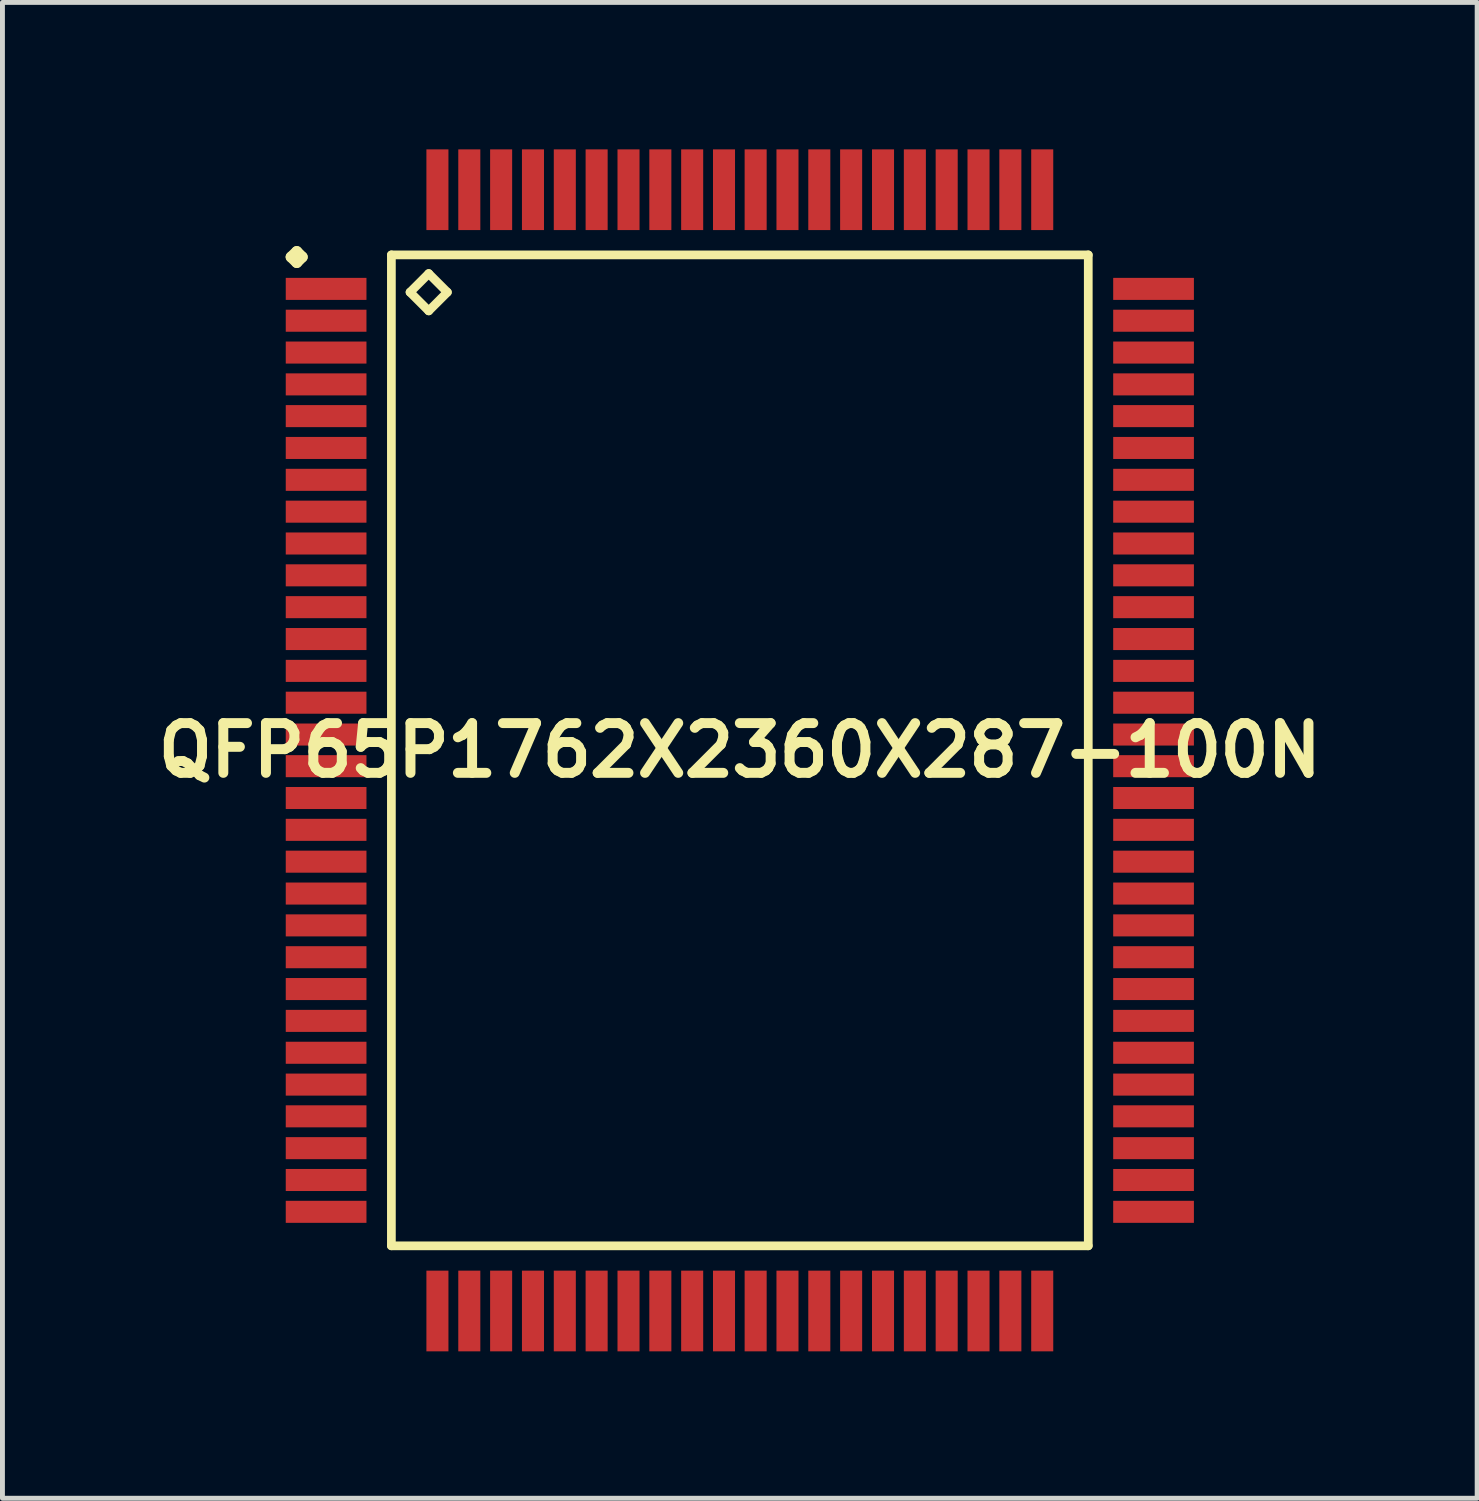
<source format=kicad_pcb>
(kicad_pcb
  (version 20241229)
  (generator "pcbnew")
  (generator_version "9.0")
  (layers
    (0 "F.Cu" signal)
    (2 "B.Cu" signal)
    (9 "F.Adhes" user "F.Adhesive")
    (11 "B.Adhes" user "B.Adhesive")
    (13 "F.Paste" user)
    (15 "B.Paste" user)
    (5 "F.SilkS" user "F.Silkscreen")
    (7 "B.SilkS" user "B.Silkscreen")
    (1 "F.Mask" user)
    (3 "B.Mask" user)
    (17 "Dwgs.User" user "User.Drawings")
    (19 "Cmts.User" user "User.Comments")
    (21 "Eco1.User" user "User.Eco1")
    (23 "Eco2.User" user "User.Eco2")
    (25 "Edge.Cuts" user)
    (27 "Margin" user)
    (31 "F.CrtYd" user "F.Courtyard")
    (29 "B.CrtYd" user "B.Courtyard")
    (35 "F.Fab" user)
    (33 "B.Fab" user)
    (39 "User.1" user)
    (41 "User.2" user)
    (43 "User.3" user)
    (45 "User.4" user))
  (footprint "QFP65P1762X2360X287-100N"
    (layer "F.Cu")
    (at 12.057 12.272)
    (property "Reference" "QFP65P1762X2360X287-100N" (at 0 0 0) (layer "F.SilkS") (effects (font (size 1.016 1.016) (thickness 0.203))))
    (attr smd)
    (fp_line (start -9.162 -10.074) (end -9.047 -10.185) (stroke (width 0.224) (type solid)) (layer "F.SilkS"))
    (fp_line (start -9.047 -10.185) (end -8.936 -10.074) (stroke (width 0.224) (type solid)) (layer "F.SilkS"))
    (fp_line (start -9.047 -9.962) (end -9.162 -10.074) (stroke (width 0.224) (type solid)) (layer "F.SilkS"))
    (fp_line (start -8.936 -10.074) (end -9.047 -9.962) (stroke (width 0.224) (type solid)) (layer "F.SilkS"))
    (fp_line (start -7.115 -10.117) (end -7.115 10.117) (stroke (width 0.178) (type solid)) (layer "F.SilkS"))
    (fp_line (start -7.115 10.117) (end 7.115 10.117) (stroke (width 0.178) (type solid)) (layer "F.SilkS"))
    (fp_line (start -6.734 -9.355) (end -6.353 -9.736) (stroke (width 0.178) (type solid)) (layer "F.SilkS"))
    (fp_line (start -6.353 -9.736) (end -5.972 -9.355) (stroke (width 0.178) (type solid)) (layer "F.SilkS"))
    (fp_line (start -6.353 -8.974) (end -6.734 -9.355) (stroke (width 0.178) (type solid)) (layer "F.SilkS"))
    (fp_line (start -5.972 -9.355) (end -6.353 -8.974) (stroke (width 0.178) (type solid)) (layer "F.SilkS"))
    (fp_line (start 7.115 -10.117) (end -7.115 -10.117) (stroke (width 0.178) (type solid)) (layer "F.SilkS"))
    (fp_line (start 7.115 10.117) (end 7.115 -10.117) (stroke (width 0.178) (type solid)) (layer "F.SilkS"))
    (pad "1" smd rect (at -8.448 -9.423) (size 1.648 0.45) (layers "F.Cu" "F.Mask" "F.Paste"))
    (pad "2" smd rect (at -8.448 -8.773) (size 1.648 0.45) (layers "F.Cu" "F.Mask" "F.Paste"))
    (pad "3" smd rect (at -8.448 -8.123) (size 1.648 0.45) (layers "F.Cu" "F.Mask" "F.Paste"))
    (pad "4" smd rect (at -8.448 -7.473) (size 1.648 0.45) (layers "F.Cu" "F.Mask" "F.Paste"))
    (pad "5" smd rect (at -8.448 -6.825) (size 1.648 0.45) (layers "F.Cu" "F.Mask" "F.Paste"))
    (pad "6" smd rect (at -8.448 -6.175) (size 1.648 0.45) (layers "F.Cu" "F.Mask" "F.Paste"))
    (pad "7" smd rect (at -8.448 -5.524) (size 1.648 0.45) (layers "F.Cu" "F.Mask" "F.Paste"))
    (pad "8" smd rect (at -8.448 -4.874) (size 1.648 0.45) (layers "F.Cu" "F.Mask" "F.Paste"))
    (pad "9" smd rect (at -8.448 -4.224) (size 1.648 0.45) (layers "F.Cu" "F.Mask" "F.Paste"))
    (pad "10" smd rect (at -8.448 -3.574) (size 1.648 0.45) (layers "F.Cu" "F.Mask" "F.Paste"))
    (pad "11" smd rect (at -8.448 -2.924) (size 1.648 0.45) (layers "F.Cu" "F.Mask" "F.Paste"))
    (pad "12" smd rect (at -8.448 -2.273) (size 1.648 0.45) (layers "F.Cu" "F.Mask" "F.Paste"))
    (pad "13" smd rect (at -8.448 -1.623) (size 1.648 0.45) (layers "F.Cu" "F.Mask" "F.Paste"))
    (pad "14" smd rect (at -8.448 -0.973) (size 1.648 0.45) (layers "F.Cu" "F.Mask" "F.Paste"))
    (pad "15" smd rect (at -8.448 -0.323) (size 1.648 0.45) (layers "F.Cu" "F.Mask" "F.Paste"))
    (pad "16" smd rect (at -8.448 0.323) (size 1.648 0.45) (layers "F.Cu" "F.Mask" "F.Paste"))
    (pad "17" smd rect (at -8.448 0.973) (size 1.648 0.45) (layers "F.Cu" "F.Mask" "F.Paste"))
    (pad "18" smd rect (at -8.448 1.623) (size 1.648 0.45) (layers "F.Cu" "F.Mask" "F.Paste"))
    (pad "19" smd rect (at -8.448 2.273) (size 1.648 0.45) (layers "F.Cu" "F.Mask" "F.Paste"))
    (pad "20" smd rect (at -8.448 2.924) (size 1.648 0.45) (layers "F.Cu" "F.Mask" "F.Paste"))
    (pad "21" smd rect (at -8.448 3.574) (size 1.648 0.45) (layers "F.Cu" "F.Mask" "F.Paste"))
    (pad "22" smd rect (at -8.448 4.224) (size 1.648 0.45) (layers "F.Cu" "F.Mask" "F.Paste"))
    (pad "23" smd rect (at -8.448 4.874) (size 1.648 0.45) (layers "F.Cu" "F.Mask" "F.Paste"))
    (pad "24" smd rect (at -8.448 5.524) (size 1.648 0.45) (layers "F.Cu" "F.Mask" "F.Paste"))
    (pad "25" smd rect (at -8.448 6.175) (size 1.648 0.45) (layers "F.Cu" "F.Mask" "F.Paste"))
    (pad "26" smd rect (at -8.448 6.825) (size 1.648 0.45) (layers "F.Cu" "F.Mask" "F.Paste"))
    (pad "27" smd rect (at -8.448 7.473) (size 1.648 0.45) (layers "F.Cu" "F.Mask" "F.Paste"))
    (pad "28" smd rect (at -8.448 8.123) (size 1.648 0.45) (layers "F.Cu" "F.Mask" "F.Paste"))
    (pad "29" smd rect (at -8.448 8.773) (size 1.648 0.45) (layers "F.Cu" "F.Mask" "F.Paste"))
    (pad "30" smd rect (at -8.448 9.423) (size 1.648 0.45) (layers "F.Cu" "F.Mask" "F.Paste"))
    (pad "31" smd rect (at -6.175 11.448) (size 0.45 1.648) (layers "F.Cu" "F.Mask" "F.Paste"))
    (pad "32" smd rect (at -5.524 11.448) (size 0.45 1.648) (layers "F.Cu" "F.Mask" "F.Paste"))
    (pad "33" smd rect (at -4.874 11.448) (size 0.45 1.648) (layers "F.Cu" "F.Mask" "F.Paste"))
    (pad "34" smd rect (at -4.224 11.448) (size 0.45 1.648) (layers "F.Cu" "F.Mask" "F.Paste"))
    (pad "35" smd rect (at -3.574 11.448) (size 0.45 1.648) (layers "F.Cu" "F.Mask" "F.Paste"))
    (pad "36" smd rect (at -2.924 11.448) (size 0.45 1.648) (layers "F.Cu" "F.Mask" "F.Paste"))
    (pad "37" smd rect (at -2.273 11.448) (size 0.45 1.648) (layers "F.Cu" "F.Mask" "F.Paste"))
    (pad "38" smd rect (at -1.623 11.448) (size 0.45 1.648) (layers "F.Cu" "F.Mask" "F.Paste"))
    (pad "39" smd rect (at -0.973 11.448) (size 0.45 1.648) (layers "F.Cu" "F.Mask" "F.Paste"))
    (pad "40" smd rect (at -0.323 11.448) (size 0.45 1.648) (layers "F.Cu" "F.Mask" "F.Paste"))
    (pad "41" smd rect (at 0.323 11.448) (size 0.45 1.648) (layers "F.Cu" "F.Mask" "F.Paste"))
    (pad "42" smd rect (at 0.973 11.448) (size 0.45 1.648) (layers "F.Cu" "F.Mask" "F.Paste"))
    (pad "43" smd rect (at 1.623 11.448) (size 0.45 1.648) (layers "F.Cu" "F.Mask" "F.Paste"))
    (pad "44" smd rect (at 2.273 11.448) (size 0.45 1.648) (layers "F.Cu" "F.Mask" "F.Paste"))
    (pad "45" smd rect (at 2.924 11.448) (size 0.45 1.648) (layers "F.Cu" "F.Mask" "F.Paste"))
    (pad "46" smd rect (at 3.574 11.448) (size 0.45 1.648) (layers "F.Cu" "F.Mask" "F.Paste"))
    (pad "47" smd rect (at 4.224 11.448) (size 0.45 1.648) (layers "F.Cu" "F.Mask" "F.Paste"))
    (pad "48" smd rect (at 4.874 11.448) (size 0.45 1.648) (layers "F.Cu" "F.Mask" "F.Paste"))
    (pad "49" smd rect (at 5.524 11.448) (size 0.45 1.648) (layers "F.Cu" "F.Mask" "F.Paste"))
    (pad "50" smd rect (at 6.175 11.448) (size 0.45 1.648) (layers "F.Cu" "F.Mask" "F.Paste"))
    (pad "51" smd rect (at 8.448 9.423) (size 1.648 0.45) (layers "F.Cu" "F.Mask" "F.Paste"))
    (pad "52" smd rect (at 8.448 8.773) (size 1.648 0.45) (layers "F.Cu" "F.Mask" "F.Paste"))
    (pad "53" smd rect (at 8.448 8.123) (size 1.648 0.45) (layers "F.Cu" "F.Mask" "F.Paste"))
    (pad "54" smd rect (at 8.448 7.473) (size 1.648 0.45) (layers "F.Cu" "F.Mask" "F.Paste"))
    (pad "55" smd rect (at 8.448 6.825) (size 1.648 0.45) (layers "F.Cu" "F.Mask" "F.Paste"))
    (pad "56" smd rect (at 8.448 6.175) (size 1.648 0.45) (layers "F.Cu" "F.Mask" "F.Paste"))
    (pad "57" smd rect (at 8.448 5.524) (size 1.648 0.45) (layers "F.Cu" "F.Mask" "F.Paste"))
    (pad "58" smd rect (at 8.448 4.874) (size 1.648 0.45) (layers "F.Cu" "F.Mask" "F.Paste"))
    (pad "59" smd rect (at 8.448 4.224) (size 1.648 0.45) (layers "F.Cu" "F.Mask" "F.Paste"))
    (pad "60" smd rect (at 8.448 3.574) (size 1.648 0.45) (layers "F.Cu" "F.Mask" "F.Paste"))
    (pad "61" smd rect (at 8.448 2.924) (size 1.648 0.45) (layers "F.Cu" "F.Mask" "F.Paste"))
    (pad "62" smd rect (at 8.448 2.273) (size 1.648 0.45) (layers "F.Cu" "F.Mask" "F.Paste"))
    (pad "63" smd rect (at 8.448 1.623) (size 1.648 0.45) (layers "F.Cu" "F.Mask" "F.Paste"))
    (pad "64" smd rect (at 8.448 0.973) (size 1.648 0.45) (layers "F.Cu" "F.Mask" "F.Paste"))
    (pad "65" smd rect (at 8.448 0.323) (size 1.648 0.45) (layers "F.Cu" "F.Mask" "F.Paste"))
    (pad "66" smd rect (at 8.448 -0.323) (size 1.648 0.45) (layers "F.Cu" "F.Mask" "F.Paste"))
    (pad "67" smd rect (at 8.448 -0.973) (size 1.648 0.45) (layers "F.Cu" "F.Mask" "F.Paste"))
    (pad "68" smd rect (at 8.448 -1.623) (size 1.648 0.45) (layers "F.Cu" "F.Mask" "F.Paste"))
    (pad "69" smd rect (at 8.448 -2.273) (size 1.648 0.45) (layers "F.Cu" "F.Mask" "F.Paste"))
    (pad "70" smd rect (at 8.448 -2.924) (size 1.648 0.45) (layers "F.Cu" "F.Mask" "F.Paste"))
    (pad "71" smd rect (at 8.448 -3.574) (size 1.648 0.45) (layers "F.Cu" "F.Mask" "F.Paste"))
    (pad "72" smd rect (at 8.448 -4.224) (size 1.648 0.45) (layers "F.Cu" "F.Mask" "F.Paste"))
    (pad "73" smd rect (at 8.448 -4.874) (size 1.648 0.45) (layers "F.Cu" "F.Mask" "F.Paste"))
    (pad "74" smd rect (at 8.448 -5.524) (size 1.648 0.45) (layers "F.Cu" "F.Mask" "F.Paste"))
    (pad "75" smd rect (at 8.448 -6.175) (size 1.648 0.45) (layers "F.Cu" "F.Mask" "F.Paste"))
    (pad "76" smd rect (at 8.448 -6.825) (size 1.648 0.45) (layers "F.Cu" "F.Mask" "F.Paste"))
    (pad "77" smd rect (at 8.448 -7.473) (size 1.648 0.45) (layers "F.Cu" "F.Mask" "F.Paste"))
    (pad "78" smd rect (at 8.448 -8.123) (size 1.648 0.45) (layers "F.Cu" "F.Mask" "F.Paste"))
    (pad "79" smd rect (at 8.448 -8.773) (size 1.648 0.45) (layers "F.Cu" "F.Mask" "F.Paste"))
    (pad "80" smd rect (at 8.448 -9.423) (size 1.648 0.45) (layers "F.Cu" "F.Mask" "F.Paste"))
    (pad "81" smd rect (at 6.175 -11.448) (size 0.45 1.648) (layers "F.Cu" "F.Mask" "F.Paste"))
    (pad "82" smd rect (at 5.524 -11.448) (size 0.45 1.648) (layers "F.Cu" "F.Mask" "F.Paste"))
    (pad "83" smd rect (at 4.874 -11.448) (size 0.45 1.648) (layers "F.Cu" "F.Mask" "F.Paste"))
    (pad "84" smd rect (at 4.224 -11.448) (size 0.45 1.648) (layers "F.Cu" "F.Mask" "F.Paste"))
    (pad "85" smd rect (at 3.574 -11.448) (size 0.45 1.648) (layers "F.Cu" "F.Mask" "F.Paste"))
    (pad "86" smd rect (at 2.924 -11.448) (size 0.45 1.648) (layers "F.Cu" "F.Mask" "F.Paste"))
    (pad "87" smd rect (at 2.273 -11.448) (size 0.45 1.648) (layers "F.Cu" "F.Mask" "F.Paste"))
    (pad "88" smd rect (at 1.623 -11.448) (size 0.45 1.648) (layers "F.Cu" "F.Mask" "F.Paste"))
    (pad "89" smd rect (at 0.973 -11.448) (size 0.45 1.648) (layers "F.Cu" "F.Mask" "F.Paste"))
    (pad "90" smd rect (at 0.323 -11.448) (size 0.45 1.648) (layers "F.Cu" "F.Mask" "F.Paste"))
    (pad "91" smd rect (at -0.323 -11.448) (size 0.45 1.648) (layers "F.Cu" "F.Mask" "F.Paste"))
    (pad "92" smd rect (at -0.973 -11.448) (size 0.45 1.648) (layers "F.Cu" "F.Mask" "F.Paste"))
    (pad "93" smd rect (at -1.623 -11.448) (size 0.45 1.648) (layers "F.Cu" "F.Mask" "F.Paste"))
    (pad "94" smd rect (at -2.273 -11.448) (size 0.45 1.648) (layers "F.Cu" "F.Mask" "F.Paste"))
    (pad "95" smd rect (at -2.924 -11.448) (size 0.45 1.648) (layers "F.Cu" "F.Mask" "F.Paste"))
    (pad "96" smd rect (at -3.574 -11.448) (size 0.45 1.648) (layers "F.Cu" "F.Mask" "F.Paste"))
    (pad "97" smd rect (at -4.224 -11.448) (size 0.45 1.648) (layers "F.Cu" "F.Mask" "F.Paste"))
    (pad "98" smd rect (at -4.874 -11.448) (size 0.45 1.648) (layers "F.Cu" "F.Mask" "F.Paste"))
    (pad "99" smd rect (at -5.524 -11.448) (size 0.45 1.648) (layers "F.Cu" "F.Mask" "F.Paste"))
    (pad "100" smd rect (at -6.175 -11.448) (size 0.45 1.648) (layers "F.Cu" "F.Mask" "F.Paste")))
  (gr_rect
    (start -3 -3)
    (end 27.113 27.544)
    (stroke (width 0.1) (type default))
    (fill no)
    (layer "Edge.Cuts")))
</source>
